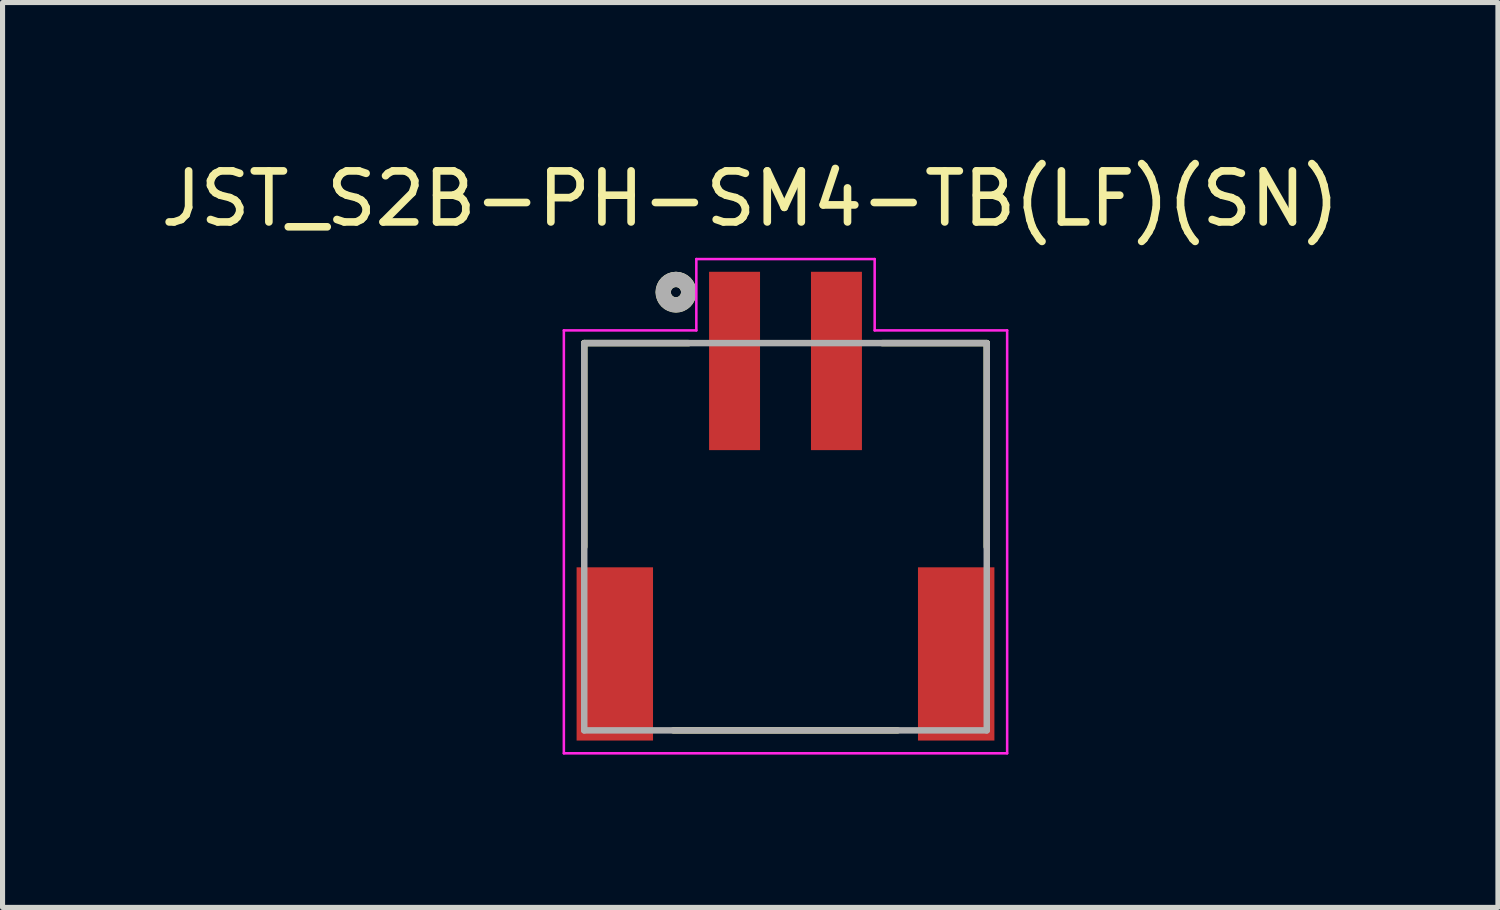
<source format=kicad_pcb>
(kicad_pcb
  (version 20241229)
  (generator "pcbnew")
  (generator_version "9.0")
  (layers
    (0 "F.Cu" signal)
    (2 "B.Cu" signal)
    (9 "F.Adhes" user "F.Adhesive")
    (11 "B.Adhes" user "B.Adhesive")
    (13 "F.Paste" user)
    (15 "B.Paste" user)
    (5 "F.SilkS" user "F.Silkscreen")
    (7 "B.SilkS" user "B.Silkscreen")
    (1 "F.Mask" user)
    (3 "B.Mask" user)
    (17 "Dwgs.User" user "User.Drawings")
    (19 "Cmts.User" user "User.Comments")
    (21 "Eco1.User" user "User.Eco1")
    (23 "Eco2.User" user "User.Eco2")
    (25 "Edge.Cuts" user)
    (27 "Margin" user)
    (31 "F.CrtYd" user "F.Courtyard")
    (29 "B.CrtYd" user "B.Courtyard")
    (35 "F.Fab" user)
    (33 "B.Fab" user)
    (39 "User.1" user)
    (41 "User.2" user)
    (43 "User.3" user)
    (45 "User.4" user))
  (footprint "JST_S2B-PH-SM4-TB(LF)(SN)"
    (layer "F.Cu")
    (at 12.366 4.034)
    (property "Reference" "JST_S2B-PH-SM4-TB(LF)(SN)" (at -0.692 -3.184 0) (layer "F.SilkS") (effects (font (size 1.002 1.002) (thickness 0.15))))
    (attr through_hole)
    (fp_line (start -3.95 -0.35) (end -3.95 3.65) (stroke (width 0.127) (type solid)) (layer "F.SilkS"))
    (fp_line (start -2.2 7.25) (end 2.2 7.25) (stroke (width 0.127) (type solid)) (layer "F.SilkS"))
    (fp_line (start -1.9 -0.35) (end -3.95 -0.35) (stroke (width 0.127) (type solid)) (layer "F.SilkS"))
    (fp_line (start 3.95 -0.35) (end 1.9 -0.35) (stroke (width 0.127) (type solid)) (layer "F.SilkS"))
    (fp_line (start 3.95 3.65) (end 3.95 -0.35) (stroke (width 0.127) (type solid)) (layer "F.SilkS"))
    (fp_circle (center -2.15 -1.35) (end -2.05 -1.35) (stroke (width 0.3) (type solid)) (fill no) (layer "F.SilkS"))
    (fp_line (start -4.35 -0.6) (end -1.75 -0.6) (stroke (width 0.05) (type solid)) (layer "F.CrtYd"))
    (fp_line (start -4.35 7.7) (end -4.35 -0.6) (stroke (width 0.05) (type solid)) (layer "F.CrtYd"))
    (fp_line (start -1.75 -2) (end 1.75 -2) (stroke (width 0.05) (type solid)) (layer "F.CrtYd"))
    (fp_line (start -1.75 -0.6) (end -1.75 -2) (stroke (width 0.05) (type solid)) (layer "F.CrtYd"))
    (fp_line (start 1.75 -2) (end 1.75 -0.6) (stroke (width 0.05) (type solid)) (layer "F.CrtYd"))
    (fp_line (start 1.75 -0.6) (end 4.35 -0.6) (stroke (width 0.05) (type solid)) (layer "F.CrtYd"))
    (fp_line (start 4.35 -0.6) (end 4.35 7.7) (stroke (width 0.05) (type solid)) (layer "F.CrtYd"))
    (fp_line (start 4.35 7.7) (end -4.35 7.7) (stroke (width 0.05) (type solid)) (layer "F.CrtYd"))
    (fp_line (start -3.95 -0.35) (end 3.95 -0.35) (stroke (width 0.127) (type solid)) (layer "F.Fab"))
    (fp_line (start -3.95 7.25) (end -3.95 -0.35) (stroke (width 0.127) (type solid)) (layer "F.Fab"))
    (fp_line (start 3.95 -0.35) (end 3.95 7.25) (stroke (width 0.127) (type solid)) (layer "F.Fab"))
    (fp_line (start 3.95 7.25) (end -3.95 7.25) (stroke (width 0.127) (type solid)) (layer "F.Fab"))
    (fp_circle (center -2.15 -1.35) (end -2.05 -1.35) (stroke (width 0.3) (type solid)) (fill no) (layer "F.Fab"))
    (pad "1" smd rect (at -1 0 180) (size 1 3.5) (layers "F.Cu" "F.Mask" "F.Paste"))
    (pad "2" smd rect (at 1 0 180) (size 1 3.5) (layers "F.Cu" "F.Mask" "F.Paste"))
    (pad "S1" smd rect (at -3.35 5.75 180) (size 1.5 3.4) (layers "F.Cu" "F.Mask" "F.Paste"))
    (pad "S2" smd rect (at 3.35 5.75 180) (size 1.5 3.4) (layers "F.Cu" "F.Mask" "F.Paste")))
  (gr_rect
    (start -3 -3)
    (end 26.348 14.759)
    (stroke (width 0.1) (type default))
    (fill no)
    (layer "Edge.Cuts")))
</source>
